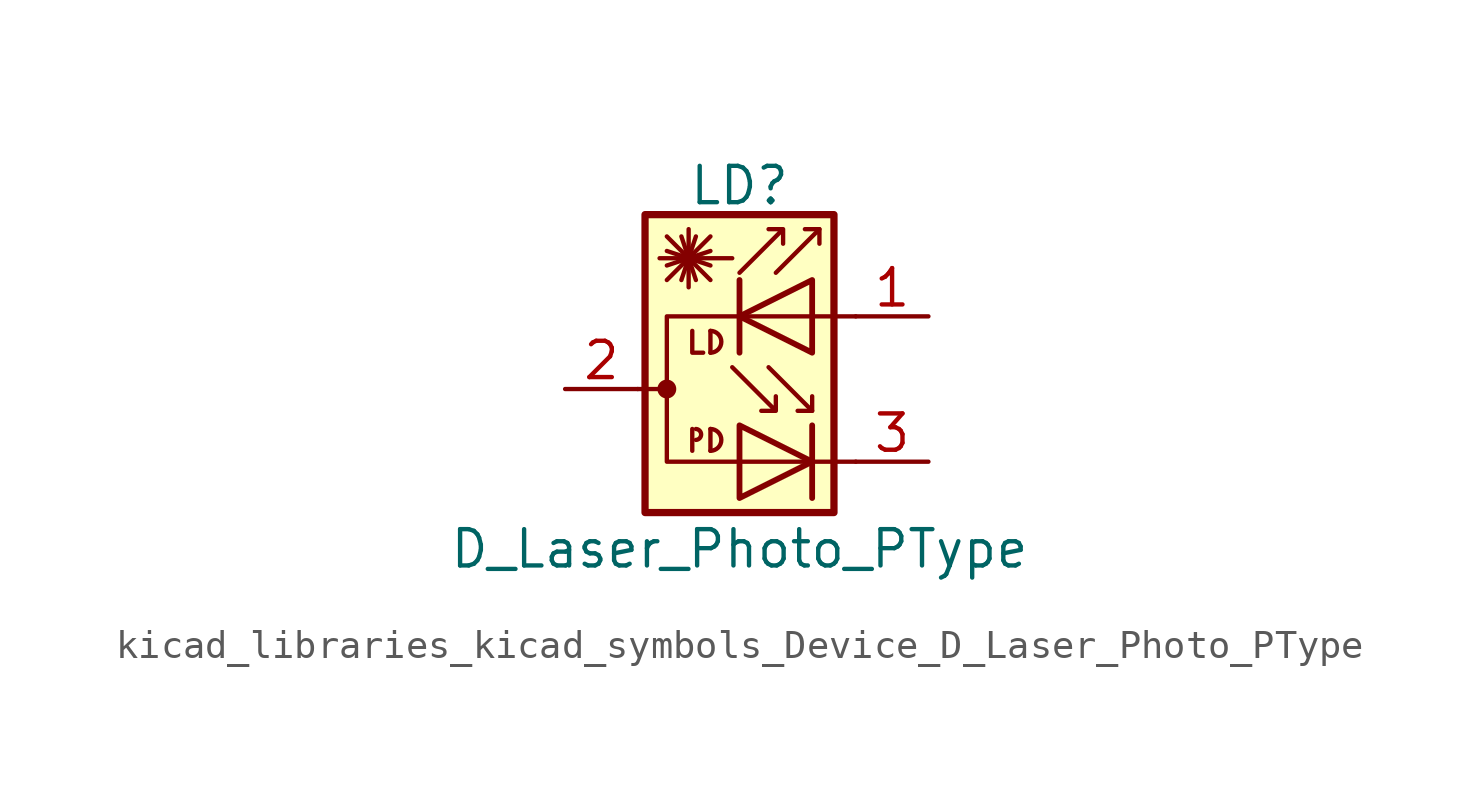
<source format=kicad_sym>
(kicad_symbol_lib
  (version 20220914)
  (generator kicad_symbol_editor)
  (symbol "kicad_libraries_kicad_symbols_Device_D_Laser_Photo_PType"
    (pin_names hide)
    (property "Reference" "LD"
      (at 1.016 7.112 0)
      (effects (font (size 1.27 1.27))))
    (property "Value" "D_Laser_Photo_PType"
      (at 1.016 -5.588 0)
      (effects (font (size 1.27 1.27))))
    (symbol "kicad_libraries_kicad_symbols_Device_D_Laser_Photo_PType_0_1"
      (circle (center -1.524 0) (radius 0.254) (stroke (width 0) (type default)) (fill (type outline)))
      (arc (start -0.508 -1.778) (mid -0.3302 -1.6002) (end -0.508 -1.397) (stroke (width 0) (type default)) (fill (type none)))
      (arc (start 0 -2.159) (mid 0.3794 -1.778) (end 0 -1.397) (stroke (width 0) (type default)) (fill (type none)))
      (polyline (pts (xy -2.54 0) (xy -1.524 0)) (stroke (width 0) (type default)) (fill (type none)))
      (polyline (pts (xy -1.524 3.81) (xy 0 5.334)) (stroke (width 0) (type default)) (fill (type none)))
      (polyline (pts (xy -1.524 4.318) (xy 0 4.826)) (stroke (width 0) (type default)) (fill (type none)))
      (polyline (pts (xy -1.524 4.826) (xy 0 4.318)) (stroke (width 0) (type default)) (fill (type none)))
      (polyline (pts (xy -1.524 5.334) (xy 0 3.81)) (stroke (width 0) (type default)) (fill (type none)))
      (polyline (pts (xy -1.016 5.334) (xy -0.508 3.81)) (stroke (width 0) (type default)) (fill (type none)))
      (polyline (pts (xy -0.762 4.572) (xy -0.762 3.556)) (stroke (width 0) (type default)) (fill (type none)))
      (polyline (pts (xy -0.762 4.572) (xy -0.762 5.588)) (stroke (width 0) (type default)) (fill (type none)))
      (polyline (pts (xy -0.635 -1.397) (xy -0.635 -2.159)) (stroke (width 0) (type default)) (fill (type none)))
      (polyline (pts (xy -0.508 5.334) (xy -1.016 3.81)) (stroke (width 0) (type default)) (fill (type none)))
      (polyline (pts (xy 0 -1.397) (xy 0 -2.159)) (stroke (width 0) (type default)) (fill (type none)))
      (polyline (pts (xy 0 2.032) (xy 0 1.27)) (stroke (width 0) (type default)) (fill (type none)))
      (polyline (pts (xy 0.762 4.572) (xy -1.778 4.572)) (stroke (width 0) (type default)) (fill (type none)))
      (polyline (pts (xy 1.016 3.81) (xy 1.016 1.27)) (stroke (width 0.203) (type default)) (fill (type none)))
      (polyline (pts (xy 3.556 -1.27) (xy 3.556 -3.81)) (stroke (width 0.203) (type default)) (fill (type none)))
      (polyline (pts (xy 3.556 -0.762) (xy 3.048 -0.762)) (stroke (width 0) (type default)) (fill (type none)))
      (polyline (pts (xy 3.81 5.588) (xy 3.302 5.588)) (stroke (width 0) (type default)) (fill (type none)))
      (polyline (pts (xy -0.635 2.032) (xy -0.635 1.27) (xy -0.254 1.27)) (stroke (width 0) (type default)) (fill (type none)))
      (polyline (pts (xy 2.032 0.762) (xy 3.556 -0.762) (xy 3.556 -0.254)) (stroke (width 0) (type default)) (fill (type none)))
      (polyline (pts (xy 2.286 4.064) (xy 3.81 5.588) (xy 3.81 5.08)) (stroke (width 0) (type default)) (fill (type none)))
      (polyline (pts (xy 1.016 -1.27) (xy 1.016 -3.81) (xy 3.556 -2.54) (xy 1.016 -1.27)) (stroke (width 0.203) (type default)) (fill (type none)))
      (polyline (pts (xy 3.556 3.81) (xy 3.556 1.27) (xy 1.016 2.54) (xy 3.556 3.81)) (stroke (width 0.203) (type default)) (fill (type none)))
      (polyline (pts (xy 5.08 2.54) (xy -1.524 2.54) (xy -1.524 -2.54) (xy 5.08 -2.54)) (stroke (width 0) (type default)) (fill (type none)))
      (polyline (pts (xy 0.762 0.762) (xy 2.286 -0.762) (xy 2.286 -0.254) (xy 2.286 -0.762) (xy 1.778 -0.762)) (stroke (width 0) (type default)) (fill (type none)))
      (polyline (pts (xy 1.016 4.064) (xy 2.54 5.588) (xy 2.54 5.08) (xy 2.54 5.588) (xy 2.032 5.588)) (stroke (width 0) (type default)) (fill (type none)))
      (arc (start 0 1.27) (mid 0.3794 1.651) (end 0 2.032) (stroke (width 0) (type default)) (fill (type none)))
      (rectangle (start 4.318 6.096) (end -2.286 -4.318) (stroke (width 0.254) (type default)) (fill (type background))))
    (symbol "kicad_libraries_kicad_symbols_Device_D_Laser_Photo_PType_1_1"
      (pin passive line (at 7.62 2.54 180) (length 2.54) (name "~" (effects (font (size 1.27 1.27)))) (number "1" (effects (font (size 1.27 1.27)))))
      (pin passive line (at -5.08 0 0) (length 2.54) (name "~" (effects (font (size 1.27 1.27)))) (number "2" (effects (font (size 1.27 1.27)))))
      (pin passive line (at 7.62 -2.54 180) (length 2.54) (name "~" (effects (font (size 1.27 1.27)))) (number "3" (effects (font (size 1.27 1.27))))))))
</source>
